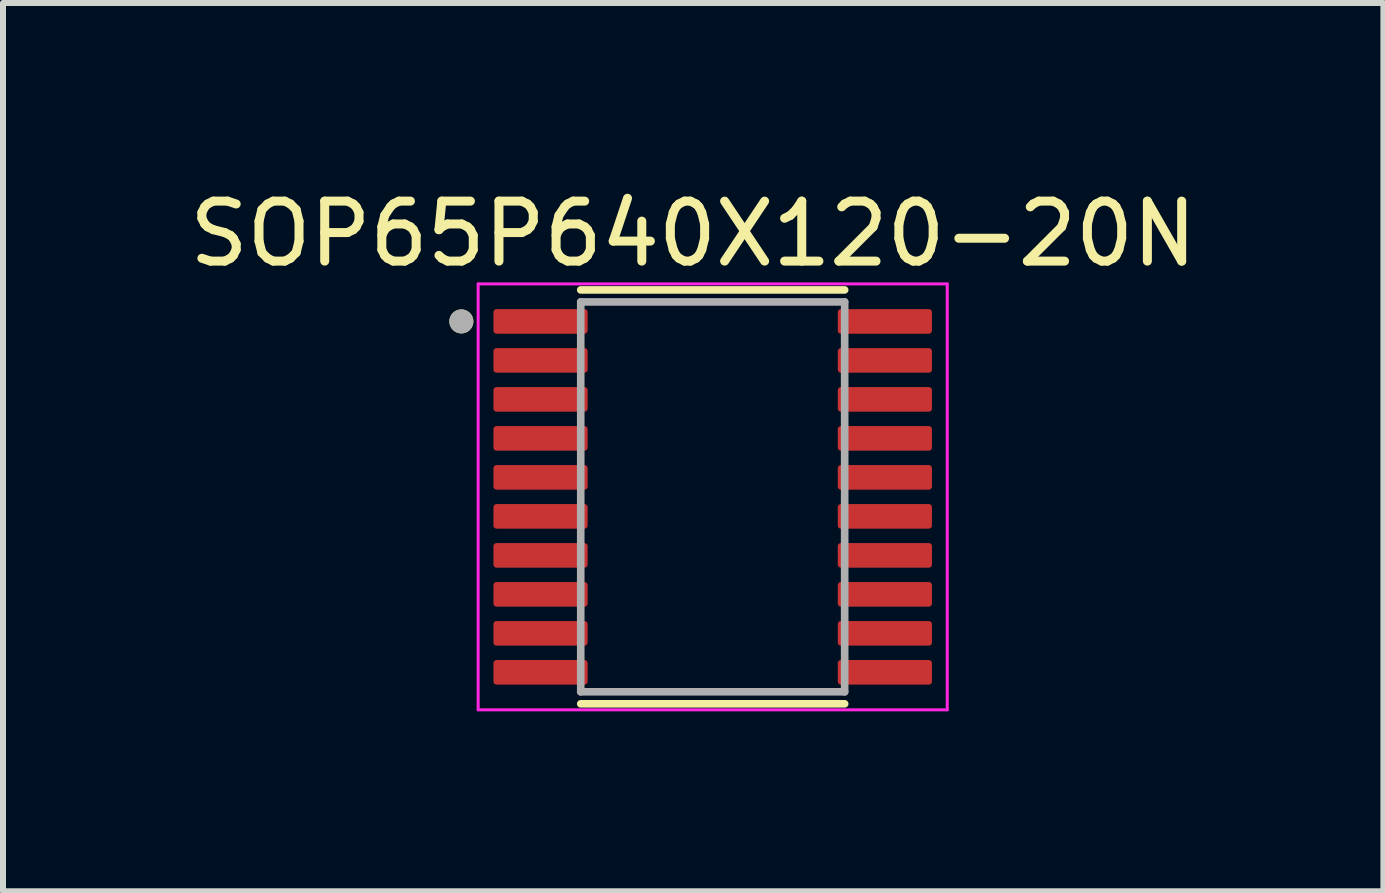
<source format=kicad_pcb>
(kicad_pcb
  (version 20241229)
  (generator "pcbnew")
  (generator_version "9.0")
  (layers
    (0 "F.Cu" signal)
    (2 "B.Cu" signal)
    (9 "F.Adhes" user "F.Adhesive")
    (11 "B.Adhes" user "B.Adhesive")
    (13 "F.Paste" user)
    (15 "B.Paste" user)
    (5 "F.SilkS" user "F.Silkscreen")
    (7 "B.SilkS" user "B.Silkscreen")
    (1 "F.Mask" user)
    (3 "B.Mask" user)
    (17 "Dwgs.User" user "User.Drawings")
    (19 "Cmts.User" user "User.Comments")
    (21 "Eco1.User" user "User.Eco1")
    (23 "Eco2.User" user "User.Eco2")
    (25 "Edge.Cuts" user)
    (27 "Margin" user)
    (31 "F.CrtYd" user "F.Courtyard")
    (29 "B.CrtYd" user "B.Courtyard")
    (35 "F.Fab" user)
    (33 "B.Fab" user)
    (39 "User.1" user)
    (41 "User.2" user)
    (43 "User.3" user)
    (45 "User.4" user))
  (footprint "SOP65P640X120-20N"
    (layer "F.Cu")
    (at 8.831 5.233)
    (property "Reference" "SOP65P640X120-20N" (at -0.325 -4.385 0) (layer "F.SilkS") (effects (font (size 1 1) (thickness 0.15))))
    (attr smd)
    (fp_line (start -2.2 -3.45) (end 2.2 -3.45) (stroke (width 0.127) (type solid)) (layer "F.SilkS"))
    (fp_line (start -2.2 3.45) (end 2.2 3.45) (stroke (width 0.127) (type solid)) (layer "F.SilkS"))
    (fp_circle (center -4.19 -2.925) (end -4.09 -2.925) (stroke (width 0.2) (type solid)) (fill no) (layer "F.SilkS"))
    (fp_line (start -3.91 -3.55) (end -3.91 3.55) (stroke (width 0.05) (type solid)) (layer "F.CrtYd"))
    (fp_line (start -3.91 -3.55) (end 3.91 -3.55) (stroke (width 0.05) (type solid)) (layer "F.CrtYd"))
    (fp_line (start -3.91 3.55) (end 3.91 3.55) (stroke (width 0.05) (type solid)) (layer "F.CrtYd"))
    (fp_line (start 3.91 -3.55) (end 3.91 3.55) (stroke (width 0.05) (type solid)) (layer "F.CrtYd"))
    (fp_line (start -2.2 -3.25) (end -2.2 3.25) (stroke (width 0.127) (type solid)) (layer "F.Fab"))
    (fp_line (start -2.2 -3.25) (end 2.2 -3.25) (stroke (width 0.127) (type solid)) (layer "F.Fab"))
    (fp_line (start -2.2 3.25) (end 2.2 3.25) (stroke (width 0.127) (type solid)) (layer "F.Fab"))
    (fp_line (start 2.2 -3.25) (end 2.2 3.25) (stroke (width 0.127) (type solid)) (layer "F.Fab"))
    (fp_circle (center -4.19 -2.925) (end -4.09 -2.925) (stroke (width 0.2) (type solid)) (fill no) (layer "F.Fab"))
    (pad "1" smd roundrect (at -2.87 -2.925) (size 1.57 0.41) (layers "F.Cu" "F.Mask" "F.Paste") (roundrect_rratio 0.125))
    (pad "2" smd roundrect (at -2.87 -2.275) (size 1.57 0.41) (layers "F.Cu" "F.Mask" "F.Paste") (roundrect_rratio 0.125))
    (pad "3" smd roundrect (at -2.87 -1.625) (size 1.57 0.41) (layers "F.Cu" "F.Mask" "F.Paste") (roundrect_rratio 0.125))
    (pad "4" smd roundrect (at -2.87 -0.975) (size 1.57 0.41) (layers "F.Cu" "F.Mask" "F.Paste") (roundrect_rratio 0.125))
    (pad "5" smd roundrect (at -2.87 -0.325) (size 1.57 0.41) (layers "F.Cu" "F.Mask" "F.Paste") (roundrect_rratio 0.125))
    (pad "6" smd roundrect (at -2.87 0.325) (size 1.57 0.41) (layers "F.Cu" "F.Mask" "F.Paste") (roundrect_rratio 0.125))
    (pad "7" smd roundrect (at -2.87 0.975) (size 1.57 0.41) (layers "F.Cu" "F.Mask" "F.Paste") (roundrect_rratio 0.125))
    (pad "8" smd roundrect (at -2.87 1.625) (size 1.57 0.41) (layers "F.Cu" "F.Mask" "F.Paste") (roundrect_rratio 0.125))
    (pad "9" smd roundrect (at -2.87 2.275) (size 1.57 0.41) (layers "F.Cu" "F.Mask" "F.Paste") (roundrect_rratio 0.125))
    (pad "10" smd roundrect (at -2.87 2.925) (size 1.57 0.41) (layers "F.Cu" "F.Mask" "F.Paste") (roundrect_rratio 0.125))
    (pad "11" smd roundrect (at 2.87 2.925) (size 1.57 0.41) (layers "F.Cu" "F.Mask" "F.Paste") (roundrect_rratio 0.125))
    (pad "12" smd roundrect (at 2.87 2.275) (size 1.57 0.41) (layers "F.Cu" "F.Mask" "F.Paste") (roundrect_rratio 0.125))
    (pad "13" smd roundrect (at 2.87 1.625) (size 1.57 0.41) (layers "F.Cu" "F.Mask" "F.Paste") (roundrect_rratio 0.125))
    (pad "14" smd roundrect (at 2.87 0.975) (size 1.57 0.41) (layers "F.Cu" "F.Mask" "F.Paste") (roundrect_rratio 0.125))
    (pad "15" smd roundrect (at 2.87 0.325) (size 1.57 0.41) (layers "F.Cu" "F.Mask" "F.Paste") (roundrect_rratio 0.125))
    (pad "16" smd roundrect (at 2.87 -0.325) (size 1.57 0.41) (layers "F.Cu" "F.Mask" "F.Paste") (roundrect_rratio 0.125))
    (pad "17" smd roundrect (at 2.87 -0.975) (size 1.57 0.41) (layers "F.Cu" "F.Mask" "F.Paste") (roundrect_rratio 0.125))
    (pad "18" smd roundrect (at 2.87 -1.625) (size 1.57 0.41) (layers "F.Cu" "F.Mask" "F.Paste") (roundrect_rratio 0.125))
    (pad "19" smd roundrect (at 2.87 -2.275) (size 1.57 0.41) (layers "F.Cu" "F.Mask" "F.Paste") (roundrect_rratio 0.125))
    (pad "20" smd roundrect (at 2.87 -2.925) (size 1.57 0.41) (layers "F.Cu" "F.Mask" "F.Paste") (roundrect_rratio 0.125)))
  (gr_rect
    (start -3 -3)
    (end 20.012 11.808)
    (stroke (width 0.1) (type default))
    (fill no)
    (layer "Edge.Cuts")))
</source>
